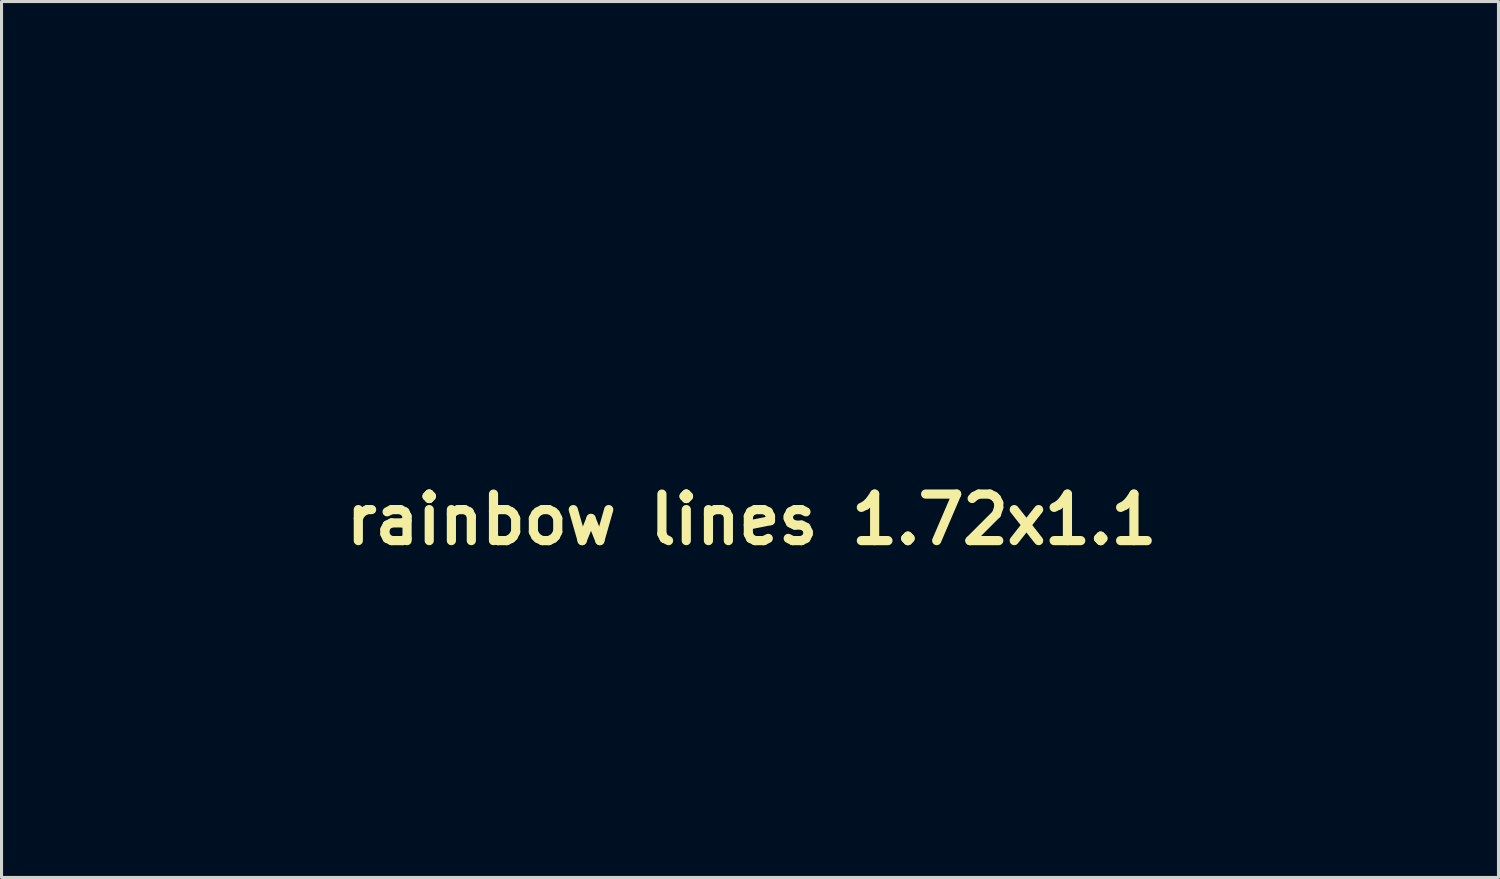
<source format=kicad_pcb>
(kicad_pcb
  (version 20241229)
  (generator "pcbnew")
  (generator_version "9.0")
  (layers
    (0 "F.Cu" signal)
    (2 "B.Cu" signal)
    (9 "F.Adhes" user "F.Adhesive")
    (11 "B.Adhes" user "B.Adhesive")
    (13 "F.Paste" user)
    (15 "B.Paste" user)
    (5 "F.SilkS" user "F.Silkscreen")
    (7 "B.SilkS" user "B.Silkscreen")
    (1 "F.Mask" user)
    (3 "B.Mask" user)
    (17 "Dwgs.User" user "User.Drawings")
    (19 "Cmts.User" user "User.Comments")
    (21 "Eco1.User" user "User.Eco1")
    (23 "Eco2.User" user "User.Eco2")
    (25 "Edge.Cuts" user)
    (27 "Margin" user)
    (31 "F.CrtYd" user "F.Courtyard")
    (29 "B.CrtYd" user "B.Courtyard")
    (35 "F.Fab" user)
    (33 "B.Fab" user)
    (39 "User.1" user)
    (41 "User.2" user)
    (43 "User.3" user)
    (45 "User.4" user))
  (footprint "rainbow lines 1.72x1.1"
    (layer "F.Cu")
    (at 21.566 13.965)
    (property "Reference" "rainbow lines 1.72x1.1" (at 0 0 0) (layer "F.SilkS") (effects (font (size 1.524 1.524) (thickness 0.3))))
    (attr board_only exclude_from_pos_files exclude_from_bom)
    (fp_poly (pts (xy 0.238 3.184) (xy 0.727 3.23) (xy 1.215 3.317) (xy 1.704 3.443) (xy 2.192 3.611) (xy 2.679 3.818) (xy 3.166 4.066) (xy 3.651 4.353) (xy 4.134 4.681) (xy 4.306 4.807) (xy 4.424 4.898) (xy 4.558 5.005) (xy 4.703 5.125) (xy 4.855 5.253) (xy 5.011 5.385) (xy 5.164 5.519) (xy 5.312 5.649) (xy 5.449 5.772) (xy 5.571 5.885) (xy 5.674 5.984) (xy 5.754 6.063) (xy 5.806 6.121) (xy 5.811 6.128) (xy 5.855 6.185) (xy 5.803 6.218) (xy 5.76 6.25) (xy 5.702 6.3) (xy 5.658 6.34) (xy 5.59 6.397) (xy 5.516 6.446) (xy 5.473 6.468) (xy 5.411 6.505) (xy 5.325 6.574) (xy 5.216 6.673) (xy 5.141 6.746) (xy 5.002 6.884) (xy 4.891 6.995) (xy 4.804 7.084) (xy 4.738 7.154) (xy 4.69 7.208) (xy 4.657 7.248) (xy 4.637 7.279) (xy 4.625 7.304) (xy 4.623 7.312) (xy 4.596 7.371) (xy 4.557 7.423) (xy 4.524 7.46) (xy 4.475 7.522) (xy 4.417 7.6) (xy 4.367 7.669) (xy 4.289 7.785) (xy 4.236 7.88) (xy 4.204 7.964) (xy 4.199 7.984) (xy 4.176 8.058) (xy 4.148 8.122) (xy 4.129 8.153) (xy 4.099 8.202) (xy 4.087 8.244) (xy 4.081 8.281) (xy 4.067 8.347) (xy 4.046 8.432) (xy 4.026 8.504) (xy 3.966 8.721) (xy 3.772 8.484) (xy 3.58 8.255) (xy 3.37 8.014) (xy 3.153 7.773) (xy 2.938 7.544) (xy 2.777 7.379) (xy 2.441 7.054) (xy 2.115 6.767) (xy 1.797 6.517) (xy 1.486 6.304) (xy 1.18 6.125) (xy 0.878 5.98) (xy 0.576 5.868) (xy 0.275 5.788) (xy 0.207 5.774) (xy 0.094 5.759) (xy -0.049 5.751) (xy -0.206 5.75) (xy -0.365 5.755) (xy -0.512 5.766) (xy -0.633 5.783) (xy -0.638 5.784) (xy -0.945 5.865) (xy -1.26 5.983) (xy -1.577 6.139) (xy -1.895 6.329) (xy -2.211 6.552) (xy -2.316 6.635) (xy -2.51 6.798) (xy -2.722 6.989) (xy -2.944 7.2) (xy -3.17 7.424) (xy -3.392 7.655) (xy -3.605 7.885) (xy -3.8 8.108) (xy -3.969 8.312) (xy -4.025 8.379) (xy -4.061 8.412) (xy -4.081 8.413) (xy -4.088 8.384) (xy -4.088 8.379) (xy -4.096 8.343) (xy -4.116 8.28) (xy -4.146 8.2) (xy -4.166 8.15) (xy -4.203 8.058) (xy -4.235 7.97) (xy -4.259 7.9) (xy -4.266 7.877) (xy -4.298 7.802) (xy -4.341 7.759) (xy -4.375 7.731) (xy -4.383 7.709) (xy -4.388 7.684) (xy -4.406 7.665) (xy -4.433 7.634) (xy -4.47 7.578) (xy -4.505 7.518) (xy -4.555 7.432) (xy -4.615 7.338) (xy -4.652 7.283) (xy -4.711 7.2) (xy -4.775 7.11) (xy -4.812 7.057) (xy -4.886 6.963) (xy -4.986 6.856) (xy -5.101 6.746) (xy -5.189 6.669) (xy -5.244 6.618) (xy -5.3 6.557) (xy -5.311 6.544) (xy -5.372 6.488) (xy -5.453 6.437) (xy -5.479 6.425) (xy -5.539 6.397) (xy -5.579 6.375) (xy -5.589 6.366) (xy -5.605 6.349) (xy -5.648 6.316) (xy -5.709 6.274) (xy -5.711 6.273) (xy -5.773 6.234) (xy -5.822 6.202) (xy -5.858 6.176) (xy -5.878 6.15) (xy -5.88 6.12) (xy -5.863 6.084) (xy -5.825 6.037) (xy -5.765 5.975) (xy -5.68 5.894) (xy -5.568 5.791) (xy -5.437 5.669) (xy -5.067 5.334) (xy -4.711 5.032) (xy -4.366 4.76) (xy -4.026 4.514) (xy -3.686 4.292) (xy -3.343 4.09) (xy -2.99 3.904) (xy -2.675 3.755) (xy -2.193 3.558) (xy -1.709 3.402) (xy -1.224 3.287) (xy -0.737 3.212) (xy -0.25 3.178)) (stroke (width 0) (type solid)) (fill yes) (layer "F.Mask"))
    (fp_poly (pts (xy 0.287 -13.961) (xy 0.823 -13.941) (xy 1.368 -13.905) (xy 1.912 -13.855) (xy 2.443 -13.79) (xy 2.679 -13.756) (xy 3.54 -13.605) (xy 4.391 -13.415) (xy 5.231 -13.185) (xy 6.06 -12.918) (xy 6.877 -12.612) (xy 7.682 -12.269) (xy 8.472 -11.889) (xy 9.249 -11.473) (xy 10.01 -11.02) (xy 10.756 -10.533) (xy 11.485 -10.01) (xy 12.198 -9.452) (xy 12.892 -8.861) (xy 13.568 -8.235) (xy 14.224 -7.577) (xy 14.861 -6.886) (xy 15.476 -6.163) (xy 16.07 -5.408) (xy 16.56 -4.738) (xy 17.142 -3.879) (xy 17.697 -2.99) (xy 18.223 -2.071) (xy 18.72 -1.123) (xy 19.187 -0.147) (xy 19.625 0.857) (xy 20.034 1.887) (xy 20.412 2.943) (xy 20.759 4.023) (xy 21.076 5.128) (xy 21.355 6.231) (xy 21.386 6.362) (xy 21.413 6.48) (xy 21.434 6.578) (xy 21.45 6.652) (xy 21.458 6.694) (xy 21.458 6.703) (xy 21.438 6.694) (xy 21.389 6.66) (xy 21.314 6.602) (xy 21.216 6.523) (xy 21.099 6.426) (xy 21.037 6.375) (xy 20.905 6.27) (xy 20.792 6.198) (xy 20.719 6.164) (xy 20.635 6.126) (xy 20.591 6.09) (xy 20.583 6.073) (xy 20.29 4.966) (xy 19.968 3.886) (xy 19.618 2.833) (xy 19.239 1.807) (xy 18.833 0.808) (xy 18.399 -0.161) (xy 17.937 -1.103) (xy 17.448 -2.014) (xy 16.932 -2.897) (xy 16.389 -3.749) (xy 15.819 -4.57) (xy 15.224 -5.36) (xy 14.602 -6.119) (xy 13.955 -6.846) (xy 13.282 -7.54) (xy 12.843 -7.964) (xy 12.511 -8.27) (xy 12.197 -8.55) (xy 11.891 -8.811) (xy 11.586 -9.061) (xy 11.273 -9.306) (xy 10.943 -9.554) (xy 10.754 -9.691) (xy 10.013 -10.202) (xy 9.26 -10.674) (xy 8.494 -11.108) (xy 7.717 -11.503) (xy 6.928 -11.859) (xy 6.128 -12.176) (xy 5.316 -12.453) (xy 4.494 -12.692) (xy 3.661 -12.891) (xy 2.818 -13.051) (xy 1.965 -13.171) (xy 1.102 -13.252) (xy 0.826 -13.27) (xy 0.365 -13.29) (xy -0.081 -13.296) (xy -0.525 -13.289) (xy -0.978 -13.269) (xy -1.454 -13.234) (xy -1.653 -13.217) (xy -2.494 -13.118) (xy -3.326 -12.979) (xy -4.15 -12.802) (xy -4.964 -12.586) (xy -5.767 -12.331) (xy -6.559 -12.039) (xy -7.339 -11.709) (xy -8.106 -11.343) (xy -8.86 -10.94) (xy -9.6 -10.501) (xy -10.325 -10.026) (xy -11.035 -9.516) (xy -11.728 -8.972) (xy -12.405 -8.393) (xy -13.064 -7.781) (xy -13.704 -7.135) (xy -14.325 -6.457) (xy -14.927 -5.746) (xy -15.507 -5.003) (xy -16.067 -4.228) (xy -16.09 -4.195) (xy -16.657 -3.342) (xy -17.196 -2.461) (xy -17.708 -1.551) (xy -18.193 -0.612) (xy -18.651 0.357) (xy -19.082 1.357) (xy -19.487 2.387) (xy -19.866 3.449) (xy -20.219 4.542) (xy -20.531 5.615) (xy -20.67 6.116) (xy -20.782 6.171) (xy -20.882 6.229) (xy -21.009 6.319) (xy -21.16 6.439) (xy -21.337 6.589) (xy -21.395 6.64) (xy -21.468 6.703) (xy -21.524 6.746) (xy -21.558 6.766) (xy -21.566 6.762) (xy -21.557 6.731) (xy -21.541 6.666) (xy -21.518 6.575) (xy -21.489 6.463) (xy -21.458 6.336) (xy -21.442 6.274) (xy -21.292 5.691) (xy -21.124 5.085) (xy -20.941 4.465) (xy -20.748 3.844) (xy -20.546 3.233) (xy -20.354 2.682) (xy -19.973 1.666) (xy -19.567 0.676) (xy -19.135 -0.286) (xy -18.678 -1.221) (xy -18.197 -2.127) (xy -17.693 -3.004) (xy -17.165 -3.852) (xy -16.614 -4.671) (xy -16.041 -5.459) (xy -15.446 -6.215) (xy -14.829 -6.941) (xy -14.192 -7.634) (xy -13.534 -8.295) (xy -12.856 -8.922) (xy -12.159 -9.516) (xy -11.442 -10.075) (xy -10.707 -10.6) (xy -9.954 -11.09) (xy -9.183 -11.543) (xy -8.395 -11.96) (xy -7.591 -12.34) (xy -7.038 -12.576) (xy -6.234 -12.884) (xy -5.426 -13.152) (xy -4.611 -13.382) (xy -3.789 -13.573) (xy -2.954 -13.726) (xy -2.106 -13.842) (xy -1.241 -13.922) (xy -0.718 -13.952) (xy -0.23 -13.965)) (stroke (width 0) (type solid)) (fill yes) (layer "F.Mask"))
    (fp_poly (pts (xy 0.173 -6.842) (xy 0.386 -6.84) (xy 0.571 -6.836) (xy 0.737 -6.83) (xy 0.89 -6.821) (xy 1.039 -6.808) (xy 1.191 -6.792) (xy 1.355 -6.77) (xy 1.539 -6.744) (xy 1.707 -6.719) (xy 2.388 -6.593) (xy 3.063 -6.428) (xy 3.734 -6.223) (xy 4.398 -5.978) (xy 5.055 -5.695) (xy 5.706 -5.373) (xy 6.348 -5.012) (xy 6.983 -4.614) (xy 7.608 -4.178) (xy 8.225 -3.705) (xy 8.831 -3.195) (xy 9.427 -2.649) (xy 10.012 -2.067) (xy 10.586 -1.448) (xy 11.147 -0.795) (xy 11.696 -0.106) (xy 11.801 0.031) (xy 12.073 0.398) (xy 12.355 0.797) (xy 12.642 1.217) (xy 12.929 1.651) (xy 13.21 2.092) (xy 13.481 2.531) (xy 13.736 2.961) (xy 13.97 3.372) (xy 13.972 3.376) (xy 14 3.427) (xy 13.486 3.433) (xy 13.236 3.437) (xy 13.022 3.444) (xy 12.836 3.455) (xy 12.672 3.471) (xy 12.521 3.493) (xy 12.375 3.521) (xy 12.229 3.558) (xy 12.073 3.604) (xy 11.939 3.647) (xy 11.742 3.715) (xy 11.582 3.777) (xy 11.452 3.837) (xy 11.346 3.896) (xy 11.269 3.95) (xy 11.222 3.985) (xy 11.188 4.004) (xy 11.181 4.006) (xy 11.165 3.99) (xy 11.131 3.944) (xy 11.083 3.874) (xy 11.024 3.785) (xy 10.966 3.696) (xy 10.457 2.925) (xy 9.942 2.19) (xy 9.42 1.493) (xy 8.892 0.833) (xy 8.359 0.21) (xy 7.82 -0.374) (xy 7.277 -0.92) (xy 6.729 -1.427) (xy 6.176 -1.895) (xy 5.62 -2.324) (xy 5.059 -2.714) (xy 4.495 -3.064) (xy 3.928 -3.373) (xy 3.595 -3.536) (xy 3.095 -3.754) (xy 2.605 -3.939) (xy 2.117 -4.091) (xy 1.623 -4.213) (xy 1.114 -4.309) (xy 0.791 -4.355) (xy 0.588 -4.375) (xy 0.353 -4.39) (xy 0.099 -4.398) (xy -0.166 -4.401) (xy -0.428 -4.399) (xy -0.676 -4.39) (xy -0.9 -4.375) (xy -1 -4.365) (xy -1.571 -4.283) (xy -2.136 -4.164) (xy -2.696 -4.008) (xy -3.252 -3.814) (xy -3.806 -3.583) (xy -4.357 -3.313) (xy -4.908 -3.004) (xy -5.459 -2.656) (xy -6.01 -2.269) (xy -6.564 -1.841) (xy -6.611 -1.803) (xy -6.806 -1.639) (xy -7.022 -1.448) (xy -7.254 -1.236) (xy -7.496 -1.007) (xy -7.744 -0.766) (xy -7.991 -0.52) (xy -8.232 -0.273) (xy -8.463 -0.031) (xy -8.677 0.202) (xy -8.777 0.315) (xy -9.119 0.714) (xy -9.471 1.144) (xy -9.826 1.597) (xy -10.179 2.067) (xy -10.525 2.546) (xy -10.858 3.026) (xy -11.173 3.501) (xy -11.275 3.661) (xy -11.331 3.747) (xy -11.378 3.821) (xy -11.412 3.874) (xy -11.43 3.901) (xy -11.431 3.903) (xy -11.451 3.897) (xy -11.494 3.874) (xy -11.52 3.858) (xy -11.595 3.817) (xy -11.679 3.778) (xy -11.7 3.77) (xy -11.776 3.737) (xy -11.849 3.698) (xy -11.866 3.686) (xy -11.947 3.644) (xy -12.063 3.6) (xy -12.209 3.558) (xy -12.377 3.519) (xy -12.561 3.483) (xy -12.754 3.454) (xy -12.948 3.432) (xy -13.004 3.427) (xy -13.073 3.424) (xy -13.172 3.424) (xy -13.293 3.426) (xy -13.429 3.429) (xy -13.571 3.434) (xy -13.711 3.44) (xy -13.841 3.447) (xy -13.952 3.455) (xy -14.037 3.462) (xy -14.087 3.47) (xy -14.089 3.47) (xy -14.106 3.472) (xy -14.112 3.463) (xy -14.107 3.438) (xy -14.087 3.394) (xy -14.05 3.324) (xy -13.996 3.225) (xy -13.971 3.18) (xy -13.475 2.321) (xy -12.965 1.5) (xy -12.442 0.717) (xy -11.904 -0.028) (xy -11.351 -0.737) (xy -10.784 -1.409) (xy -10.201 -2.044) (xy -9.603 -2.644) (xy -8.989 -3.209) (xy -8.358 -3.739) (xy -8.13 -3.918) (xy -7.512 -4.375) (xy -6.882 -4.795) (xy -6.243 -5.177) (xy -5.594 -5.521) (xy -4.938 -5.827) (xy -4.274 -6.094) (xy -3.603 -6.322) (xy -2.927 -6.51) (xy -2.247 -6.658) (xy -1.827 -6.729) (xy -1.63 -6.758) (xy -1.455 -6.781) (xy -1.292 -6.8) (xy -1.136 -6.815) (xy -0.976 -6.826) (xy -0.807 -6.833) (xy -0.621 -6.838) (xy -0.408 -6.841) (xy -0.163 -6.842) (xy -0.076 -6.842)) (stroke (width 0) (type solid)) (fill yes) (layer "F.Mask")))
  (gr_rect
    (start -3 -3)
    (end 46.024 25.686)
    (stroke (width 0.1) (type default))
    (fill no)
    (layer "Edge.Cuts")))
</source>
